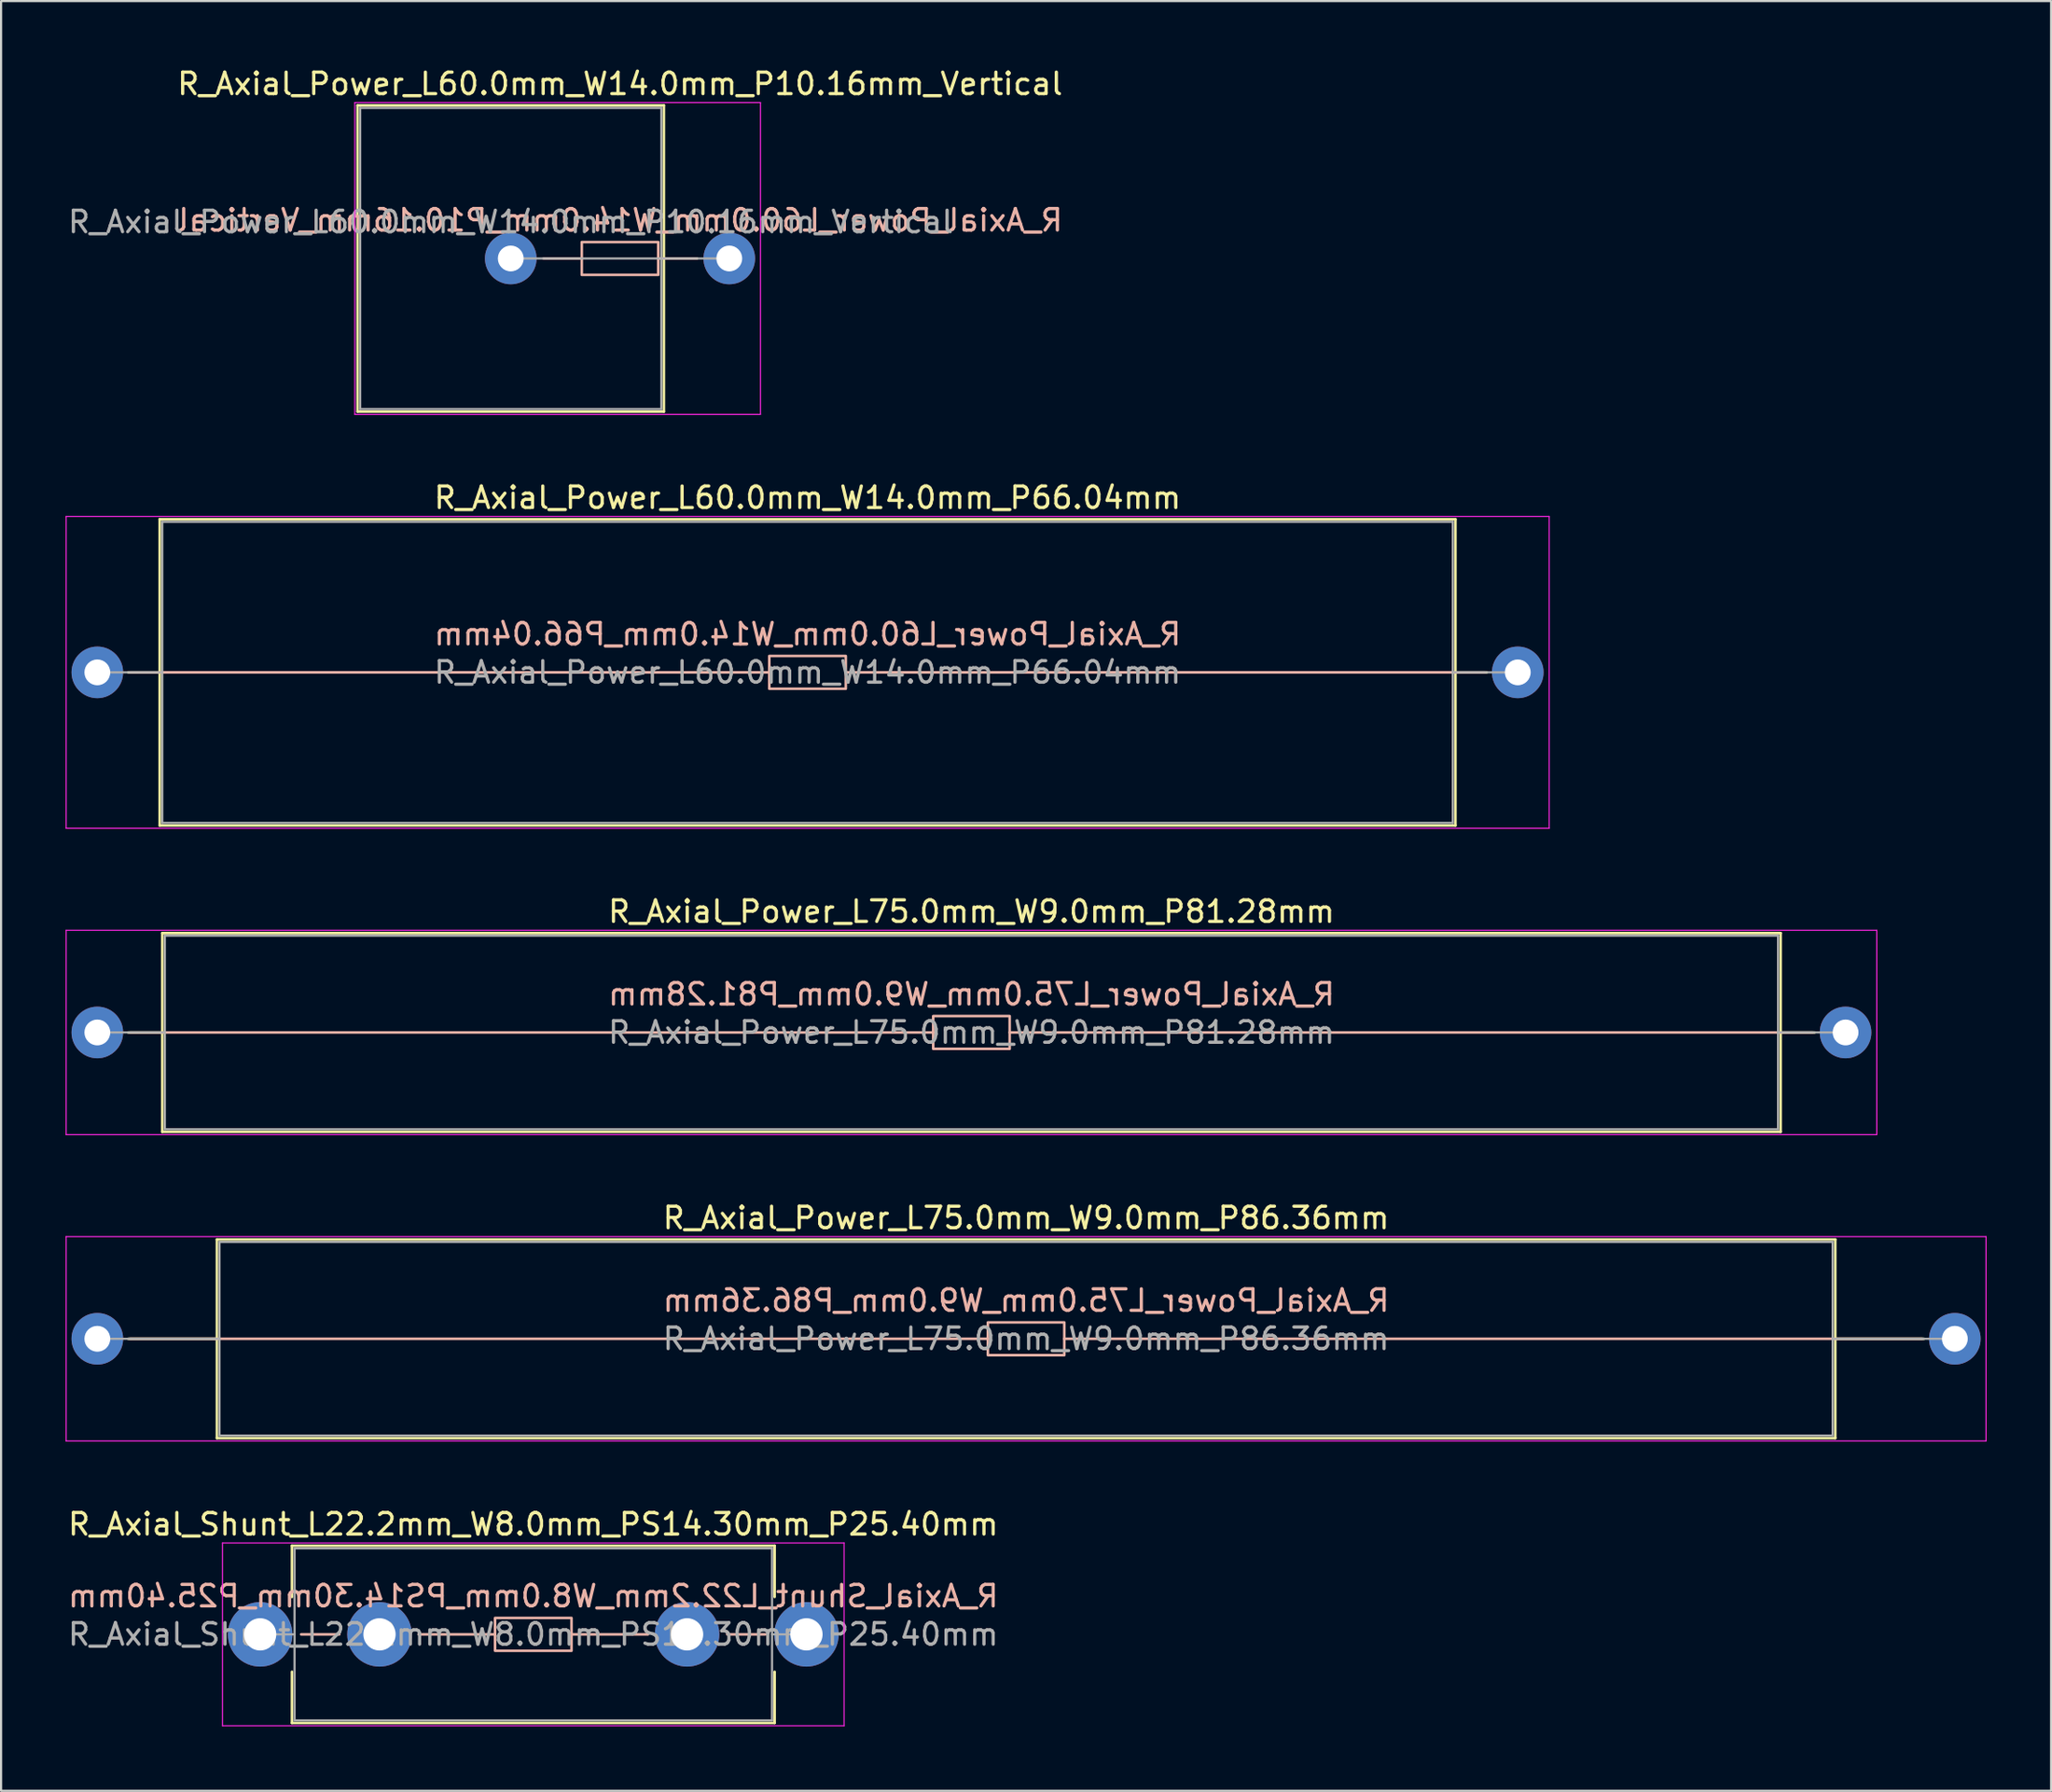
<source format=kicad_pcb>
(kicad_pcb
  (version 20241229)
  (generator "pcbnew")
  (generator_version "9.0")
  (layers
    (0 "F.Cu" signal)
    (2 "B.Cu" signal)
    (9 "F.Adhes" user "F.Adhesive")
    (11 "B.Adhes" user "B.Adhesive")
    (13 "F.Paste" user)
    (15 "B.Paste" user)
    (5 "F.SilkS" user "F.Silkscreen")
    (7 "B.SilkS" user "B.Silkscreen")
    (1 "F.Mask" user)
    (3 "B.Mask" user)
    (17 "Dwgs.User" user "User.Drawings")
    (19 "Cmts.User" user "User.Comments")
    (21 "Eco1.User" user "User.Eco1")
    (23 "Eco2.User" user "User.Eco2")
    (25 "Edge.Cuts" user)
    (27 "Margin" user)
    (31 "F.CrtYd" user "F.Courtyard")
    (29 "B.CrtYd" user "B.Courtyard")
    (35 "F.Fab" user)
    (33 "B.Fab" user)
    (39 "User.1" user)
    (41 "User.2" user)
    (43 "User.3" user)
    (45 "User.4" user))
  (footprint "R_Axial_Power_L60.0mm_W14.0mm_P66.04mm"
    (layer "F.Cu")
    (at 1.475 28.212)
    (property "Reference" "R_Axial_Power_L60.0mm_W14.0mm_P66.04mm" (at 33.02 -8.12 0) (layer "F.SilkS") (effects (font (size 1 1) (thickness 0.15))))
    (fp_line (start 1.44 0) (end 2.9 0) (stroke (width 0.12) (type solid)) (layer "F.SilkS"))
    (fp_line (start 2.9 -7.12) (end 2.9 7.12) (stroke (width 0.12) (type solid)) (layer "F.SilkS"))
    (fp_line (start 2.9 7.12) (end 63.14 7.12) (stroke (width 0.12) (type solid)) (layer "F.SilkS"))
    (fp_line (start 63.14 -7.12) (end 2.9 -7.12) (stroke (width 0.12) (type solid)) (layer "F.SilkS"))
    (fp_line (start 63.14 7.12) (end 63.14 -7.12) (stroke (width 0.12) (type solid)) (layer "F.SilkS"))
    (fp_line (start 64.6 0) (end 63.14 0) (stroke (width 0.12) (type solid)) (layer "F.SilkS"))
    (fp_line (start 31.242 0) (end 1.524 0) (stroke (width 0.12) (type solid)) (layer "B.SilkS"))
    (fp_line (start 34.798 0) (end 64.516 0) (stroke (width 0.12) (type solid)) (layer "B.SilkS"))
    (fp_rect (start 31.242 -0.762) (end 34.798 0.762) (stroke (width 0.12) (type solid)) (fill no) (layer "B.SilkS"))
    (fp_line (start -1.45 -7.25) (end -1.45 7.25) (stroke (width 0.05) (type solid)) (layer "F.CrtYd"))
    (fp_line (start -1.45 7.25) (end 67.5 7.25) (stroke (width 0.05) (type solid)) (layer "F.CrtYd"))
    (fp_line (start 67.5 -7.25) (end -1.45 -7.25) (stroke (width 0.05) (type solid)) (layer "F.CrtYd"))
    (fp_line (start 67.5 7.25) (end 67.5 -7.25) (stroke (width 0.05) (type solid)) (layer "F.CrtYd"))
    (fp_line (start 0 0) (end 3.02 0) (stroke (width 0.1) (type solid)) (layer "F.Fab"))
    (fp_line (start 3.02 -7) (end 3.02 7) (stroke (width 0.1) (type solid)) (layer "F.Fab"))
    (fp_line (start 3.02 7) (end 63.02 7) (stroke (width 0.1) (type solid)) (layer "F.Fab"))
    (fp_line (start 63.02 -7) (end 3.02 -7) (stroke (width 0.1) (type solid)) (layer "F.Fab"))
    (fp_line (start 63.02 7) (end 63.02 -7) (stroke (width 0.1) (type solid)) (layer "F.Fab"))
    (fp_line (start 66.04 0) (end 63.02 0) (stroke (width 0.1) (type solid)) (layer "F.Fab"))
    (fp_text user "${REFERENCE}" (at 33.02 -1.778 0) (layer "B.SilkS") (effects (font (size 1 1) (thickness 0.15)) (justify mirror)))
    (fp_text user "${REFERENCE}" (at 33.02 0 0) (layer "F.Fab") (effects (font (size 1 1) (thickness 0.15))))
    (pad "1" thru_hole circle (at 0 0) (size 2.4 2.4) (drill 1.2) (layers "*.Cu" "*.Mask"))
    (pad "2" thru_hole oval (at 66.04 0) (size 2.4 2.4) (drill 1.2) (layers "*.Cu" "*.Mask")))
  (footprint "R_Axial_Power_L60.0mm_W14.0mm_P10.16mm_Vertical"
    (layer "F.Cu")
    (at 20.696 8.968)
    (property "Reference" "R_Axial_Power_L60.0mm_W14.0mm_P10.16mm_Vertical" (at 5.08 -8.12 0) (layer "F.SilkS") (effects (font (size 1 1) (thickness 0.15))))
    (fp_line (start -7.12 -7.12) (end -7.12 7.12) (stroke (width 0.12) (type solid)) (layer "F.SilkS"))
    (fp_line (start -7.12 7.12) (end 7.12 7.12) (stroke (width 0.12) (type solid)) (layer "F.SilkS"))
    (fp_line (start 7.12 -7.12) (end -7.12 -7.12) (stroke (width 0.12) (type solid)) (layer "F.SilkS"))
    (fp_line (start 7.12 0) (end 8.66 0) (stroke (width 0.12) (type solid)) (layer "F.SilkS"))
    (fp_line (start 7.12 7.12) (end 7.12 -7.12) (stroke (width 0.12) (type solid)) (layer "F.SilkS"))
    (fp_line (start 3.302 0) (end 1.524 0) (stroke (width 0.12) (type solid)) (layer "B.SilkS"))
    (fp_line (start 6.858 0) (end 8.636 0) (stroke (width 0.12) (type solid)) (layer "B.SilkS"))
    (fp_rect (start 3.302 -0.762) (end 6.858 0.762) (stroke (width 0.12) (type solid)) (fill no) (layer "B.SilkS"))
    (fp_line (start -7.25 -7.25) (end -7.25 7.25) (stroke (width 0.05) (type solid)) (layer "F.CrtYd"))
    (fp_line (start -7.25 7.25) (end 11.61 7.25) (stroke (width 0.05) (type solid)) (layer "F.CrtYd"))
    (fp_line (start 11.61 -7.25) (end -7.25 -7.25) (stroke (width 0.05) (type solid)) (layer "F.CrtYd"))
    (fp_line (start 11.61 7.25) (end 11.61 -7.25) (stroke (width 0.05) (type solid)) (layer "F.CrtYd"))
    (fp_line (start -7 -7) (end -7 7) (stroke (width 0.1) (type solid)) (layer "F.Fab"))
    (fp_line (start -7 7) (end 7 7) (stroke (width 0.1) (type solid)) (layer "F.Fab"))
    (fp_line (start 0 0) (end 10.16 0) (stroke (width 0.1) (type solid)) (layer "F.Fab"))
    (fp_line (start 7 -7) (end -7 -7) (stroke (width 0.1) (type solid)) (layer "F.Fab"))
    (fp_line (start 7 7) (end 7 -7) (stroke (width 0.1) (type solid)) (layer "F.Fab"))
    (fp_text user "${REFERENCE}" (at 5.08 -1.778 0) (layer "B.SilkS") (effects (font (size 1 1) (thickness 0.15)) (justify mirror)))
    (fp_text user "${REFERENCE}" (at 0 -1.7 0) (layer "F.Fab") (effects (font (size 1 1) (thickness 0.15))))
    (pad "1" thru_hole circle (at 0 0) (size 2.4 2.4) (drill 1.2) (layers "*.Cu" "*.Mask"))
    (pad "2" thru_hole oval (at 10.16 0) (size 2.4 2.4) (drill 1.2) (layers "*.Cu" "*.Mask")))
  (footprint "R_Axial_Shunt_L22.2mm_W8.0mm_PS14.30mm_P25.40mm"
    (layer "F.Cu")
    (at 9.044 72.941)
    (property "Reference" "R_Axial_Shunt_L22.2mm_W8.0mm_PS14.30mm_P25.40mm" (at 12.7 -5.12 0) (layer "F.SilkS") (effects (font (size 1 1) (thickness 0.15))))
    (fp_line (start 1.48 -4.12) (end 23.92 -4.12) (stroke (width 0.12) (type solid)) (layer "F.SilkS"))
    (fp_line (start 1.48 -1.74) (end 1.48 -4.12) (stroke (width 0.12) (type solid)) (layer "F.SilkS"))
    (fp_line (start 1.48 1.74) (end 1.48 4.12) (stroke (width 0.12) (type solid)) (layer "F.SilkS"))
    (fp_line (start 1.48 4.12) (end 23.92 4.12) (stroke (width 0.12) (type solid)) (layer "F.SilkS"))
    (fp_line (start 23.92 -4.12) (end 23.92 -1.74) (stroke (width 0.12) (type solid)) (layer "F.SilkS"))
    (fp_line (start 23.92 4.12) (end 23.92 1.74) (stroke (width 0.12) (type solid)) (layer "F.SilkS"))
    (fp_line (start 3.683 0) (end 1.905 0) (stroke (width 0.12) (type solid)) (layer "B.SilkS"))
    (fp_line (start 10.922 0) (end 7.366 0) (stroke (width 0.12) (type solid)) (layer "B.SilkS"))
    (fp_line (start 14.478 0) (end 18.034 0) (stroke (width 0.12) (type solid)) (layer "B.SilkS"))
    (fp_line (start 21.717 0) (end 23.495 0) (stroke (width 0.12) (type solid)) (layer "B.SilkS"))
    (fp_rect (start 10.922 -0.762) (end 14.478 0.762) (stroke (width 0.12) (type solid)) (fill no) (layer "B.SilkS"))
    (fp_line (start -1.75 -4.25) (end -1.75 4.25) (stroke (width 0.05) (type solid)) (layer "F.CrtYd"))
    (fp_line (start -1.75 4.25) (end 27.15 4.25) (stroke (width 0.05) (type solid)) (layer "F.CrtYd"))
    (fp_line (start 27.15 -4.25) (end -1.75 -4.25) (stroke (width 0.05) (type solid)) (layer "F.CrtYd"))
    (fp_line (start 27.15 4.25) (end 27.15 -4.25) (stroke (width 0.05) (type solid)) (layer "F.CrtYd"))
    (fp_line (start 0 0) (end 1.6 0) (stroke (width 0.1) (type solid)) (layer "F.Fab"))
    (fp_line (start 1.6 -4) (end 1.6 4) (stroke (width 0.1) (type solid)) (layer "F.Fab"))
    (fp_line (start 1.6 4) (end 23.8 4) (stroke (width 0.1) (type solid)) (layer "F.Fab"))
    (fp_line (start 23.8 -4) (end 1.6 -4) (stroke (width 0.1) (type solid)) (layer "F.Fab"))
    (fp_line (start 23.8 4) (end 23.8 -4) (stroke (width 0.1) (type solid)) (layer "F.Fab"))
    (fp_line (start 25.4 0) (end 23.8 0) (stroke (width 0.1) (type solid)) (layer "F.Fab"))
    (fp_text user "${REFERENCE}" (at 12.7 -1.778 0) (layer "B.SilkS") (effects (font (size 1 1) (thickness 0.15)) (justify mirror)))
    (fp_text user "${REFERENCE}" (at 12.7 0 0) (layer "F.Fab") (effects (font (size 1 1) (thickness 0.15))))
    (pad "1" thru_hole circle (at 0 0) (size 3 3) (drill 1.5) (layers "*.Cu" "*.Mask"))
    (pad "2" thru_hole oval (at 5.55 0) (size 3 3) (drill 1.5) (layers "*.Cu" "*.Mask"))
    (pad "3" thru_hole oval (at 19.85 0) (size 3 3) (drill 1.5) (layers "*.Cu" "*.Mask"))
    (pad "4" thru_hole oval (at 25.4 0) (size 3 3) (drill 1.5) (layers "*.Cu" "*.Mask")))
  (footprint "R_Axial_Power_L75.0mm_W9.0mm_P86.36mm"
    (layer "F.Cu")
    (at 1.475 59.198)
    (property "Reference" "R_Axial_Power_L75.0mm_W9.0mm_P86.36mm" (at 43.18 -5.62 0) (layer "F.SilkS") (effects (font (size 1 1) (thickness 0.15))))
    (fp_line (start 1.44 0) (end 5.56 0) (stroke (width 0.12) (type solid)) (layer "F.SilkS"))
    (fp_line (start 5.56 -4.62) (end 5.56 4.62) (stroke (width 0.12) (type solid)) (layer "F.SilkS"))
    (fp_line (start 5.56 4.62) (end 80.8 4.62) (stroke (width 0.12) (type solid)) (layer "F.SilkS"))
    (fp_line (start 80.8 -4.62) (end 5.56 -4.62) (stroke (width 0.12) (type solid)) (layer "F.SilkS"))
    (fp_line (start 80.8 4.62) (end 80.8 -4.62) (stroke (width 0.12) (type solid)) (layer "F.SilkS"))
    (fp_line (start 84.92 0) (end 80.8 0) (stroke (width 0.12) (type solid)) (layer "F.SilkS"))
    (fp_line (start 41.402 0) (end 1.524 0) (stroke (width 0.12) (type solid)) (layer "B.SilkS"))
    (fp_line (start 44.958 0) (end 84.836 0) (stroke (width 0.12) (type solid)) (layer "B.SilkS"))
    (fp_rect (start 41.402 -0.762) (end 44.958 0.762) (stroke (width 0.12) (type solid)) (fill no) (layer "B.SilkS"))
    (fp_line (start -1.45 -4.75) (end -1.45 4.75) (stroke (width 0.05) (type solid)) (layer "F.CrtYd"))
    (fp_line (start -1.45 4.75) (end 87.81 4.75) (stroke (width 0.05) (type solid)) (layer "F.CrtYd"))
    (fp_line (start 87.81 -4.75) (end -1.45 -4.75) (stroke (width 0.05) (type solid)) (layer "F.CrtYd"))
    (fp_line (start 87.81 4.75) (end 87.81 -4.75) (stroke (width 0.05) (type solid)) (layer "F.CrtYd"))
    (fp_line (start 0 0) (end 5.68 0) (stroke (width 0.1) (type solid)) (layer "F.Fab"))
    (fp_line (start 5.68 -4.5) (end 5.68 4.5) (stroke (width 0.1) (type solid)) (layer "F.Fab"))
    (fp_line (start 5.68 4.5) (end 80.68 4.5) (stroke (width 0.1) (type solid)) (layer "F.Fab"))
    (fp_line (start 80.68 -4.5) (end 5.68 -4.5) (stroke (width 0.1) (type solid)) (layer "F.Fab"))
    (fp_line (start 80.68 4.5) (end 80.68 -4.5) (stroke (width 0.1) (type solid)) (layer "F.Fab"))
    (fp_line (start 86.36 0) (end 80.68 0) (stroke (width 0.1) (type solid)) (layer "F.Fab"))
    (fp_text user "${REFERENCE}" (at 43.18 -1.778 0) (layer "B.SilkS") (effects (font (size 1 1) (thickness 0.15)) (justify mirror)))
    (fp_text user "${REFERENCE}" (at 43.18 0 0) (layer "F.Fab") (effects (font (size 1 1) (thickness 0.15))))
    (pad "1" thru_hole circle (at 0 0) (size 2.4 2.4) (drill 1.2) (layers "*.Cu" "*.Mask"))
    (pad "2" thru_hole oval (at 86.36 0) (size 2.4 2.4) (drill 1.2) (layers "*.Cu" "*.Mask")))
  (footprint "R_Axial_Power_L75.0mm_W9.0mm_P81.28mm"
    (layer "F.Cu")
    (at 1.475 44.955)
    (property "Reference" "R_Axial_Power_L75.0mm_W9.0mm_P81.28mm" (at 40.64 -5.62 0) (layer "F.SilkS") (effects (font (size 1 1) (thickness 0.15))))
    (fp_line (start 1.44 0) (end 3.02 0) (stroke (width 0.12) (type solid)) (layer "F.SilkS"))
    (fp_line (start 3.02 -4.62) (end 3.02 4.62) (stroke (width 0.12) (type solid)) (layer "F.SilkS"))
    (fp_line (start 3.02 4.62) (end 78.26 4.62) (stroke (width 0.12) (type solid)) (layer "F.SilkS"))
    (fp_line (start 78.26 -4.62) (end 3.02 -4.62) (stroke (width 0.12) (type solid)) (layer "F.SilkS"))
    (fp_line (start 78.26 4.62) (end 78.26 -4.62) (stroke (width 0.12) (type solid)) (layer "F.SilkS"))
    (fp_line (start 79.84 0) (end 78.26 0) (stroke (width 0.12) (type solid)) (layer "F.SilkS"))
    (fp_line (start 38.862 0) (end 1.524 0) (stroke (width 0.12) (type solid)) (layer "B.SilkS"))
    (fp_line (start 42.418 0) (end 79.756 0) (stroke (width 0.12) (type solid)) (layer "B.SilkS"))
    (fp_rect (start 38.862 -0.762) (end 42.418 0.762) (stroke (width 0.12) (type solid)) (fill no) (layer "B.SilkS"))
    (fp_line (start -1.45 -4.75) (end -1.45 4.75) (stroke (width 0.05) (type solid)) (layer "F.CrtYd"))
    (fp_line (start -1.45 4.75) (end 82.73 4.75) (stroke (width 0.05) (type solid)) (layer "F.CrtYd"))
    (fp_line (start 82.73 -4.75) (end -1.45 -4.75) (stroke (width 0.05) (type solid)) (layer "F.CrtYd"))
    (fp_line (start 82.73 4.75) (end 82.73 -4.75) (stroke (width 0.05) (type solid)) (layer "F.CrtYd"))
    (fp_line (start 0 0) (end 3.14 0) (stroke (width 0.1) (type solid)) (layer "F.Fab"))
    (fp_line (start 3.14 -4.5) (end 3.14 4.5) (stroke (width 0.1) (type solid)) (layer "F.Fab"))
    (fp_line (start 3.14 4.5) (end 78.14 4.5) (stroke (width 0.1) (type solid)) (layer "F.Fab"))
    (fp_line (start 78.14 -4.5) (end 3.14 -4.5) (stroke (width 0.1) (type solid)) (layer "F.Fab"))
    (fp_line (start 78.14 4.5) (end 78.14 -4.5) (stroke (width 0.1) (type solid)) (layer "F.Fab"))
    (fp_line (start 81.28 0) (end 78.14 0) (stroke (width 0.1) (type solid)) (layer "F.Fab"))
    (fp_text user "${REFERENCE}" (at 40.64 -1.778 0) (layer "B.SilkS") (effects (font (size 1 1) (thickness 0.15)) (justify mirror)))
    (fp_text user "${REFERENCE}" (at 40.64 0 0) (layer "F.Fab") (effects (font (size 1 1) (thickness 0.15))))
    (pad "1" thru_hole circle (at 0 0) (size 2.4 2.4) (drill 1.2) (layers "*.Cu" "*.Mask"))
    (pad "2" thru_hole oval (at 81.28 0) (size 2.4 2.4) (drill 1.2) (layers "*.Cu" "*.Mask")))
  (gr_rect
    (start -3 -3)
    (end 92.31 80.216)
    (stroke (width 0.1) (type default))
    (fill no)
    (layer "Edge.Cuts")))
</source>
